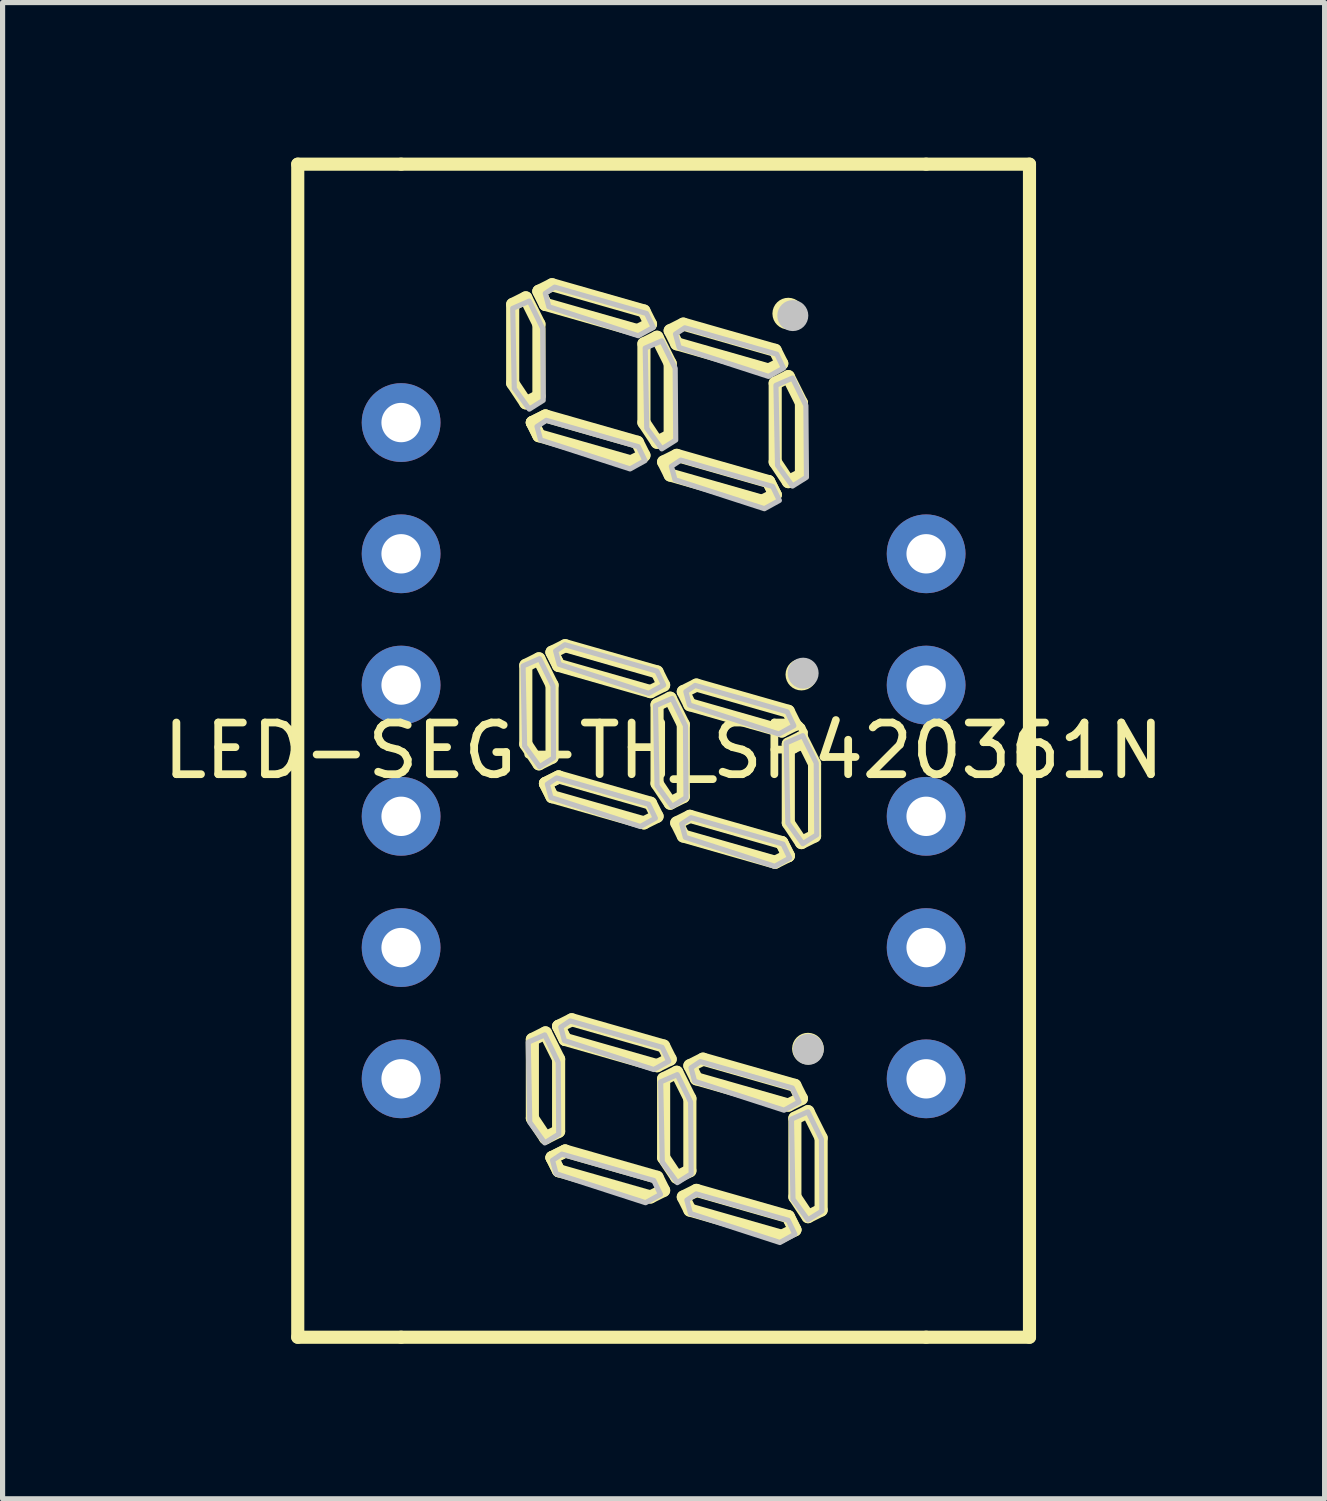
<source format=kicad_pcb>
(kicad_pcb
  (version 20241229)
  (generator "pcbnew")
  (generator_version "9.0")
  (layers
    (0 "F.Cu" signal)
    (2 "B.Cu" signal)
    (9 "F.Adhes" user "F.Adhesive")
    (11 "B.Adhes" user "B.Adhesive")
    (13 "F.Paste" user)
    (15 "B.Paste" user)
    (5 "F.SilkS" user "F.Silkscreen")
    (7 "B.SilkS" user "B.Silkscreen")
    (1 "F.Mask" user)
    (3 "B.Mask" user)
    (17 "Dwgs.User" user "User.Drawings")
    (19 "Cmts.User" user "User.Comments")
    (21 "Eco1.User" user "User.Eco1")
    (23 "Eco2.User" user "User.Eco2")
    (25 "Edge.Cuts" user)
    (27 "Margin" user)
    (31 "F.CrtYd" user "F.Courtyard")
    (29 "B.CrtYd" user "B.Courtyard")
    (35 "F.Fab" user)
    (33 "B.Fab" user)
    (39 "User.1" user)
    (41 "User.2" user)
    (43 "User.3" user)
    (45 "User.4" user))
  (footprint "LED-SEG-TH_SP420361N"
    (layer "F.Cu")
    (at 9.792 11.477)
    (property "Reference" "LED-SEG-TH_SP420361N" (at 0 0 0) (layer "F.SilkS") (effects (font (size 1 1) (thickness 0.15))))
    (fp_line (start -7.08 -11.35) (end -5.08 -11.35) (stroke (width 0.254) (type default)) (layer "F.SilkS"))
    (fp_line (start -7.08 11.35) (end -7.08 -11.35) (stroke (width 0.254) (type default)) (layer "F.SilkS"))
    (fp_line (start -5.08 -11.35) (end 5.08 -11.35) (stroke (width 0.254) (type default)) (layer "F.SilkS"))
    (fp_line (start -5.08 11.35) (end -7.08 11.35) (stroke (width 0.254) (type default)) (layer "F.SilkS"))
    (fp_line (start -2.921 -8.636) (end -2.667 -8.763) (stroke (width 0.254) (type default)) (layer "F.SilkS"))
    (fp_line (start -2.921 -7.112) (end -2.921 -8.636) (stroke (width 0.254) (type default)) (layer "F.SilkS"))
    (fp_line (start -2.667 -8.763) (end -2.413 -8.255) (stroke (width 0.254) (type default)) (layer "F.SilkS"))
    (fp_line (start -2.667 -6.731) (end -2.921 -7.112) (stroke (width 0.254) (type default)) (layer "F.SilkS"))
    (fp_line (start -2.667 -1.651) (end -2.413 -1.778) (stroke (width 0.254) (type default)) (layer "F.SilkS"))
    (fp_line (start -2.667 -0.127) (end -2.667 -1.651) (stroke (width 0.254) (type default)) (layer "F.SilkS"))
    (fp_line (start -2.54 -6.35) (end -2.413 -6.096) (stroke (width 0.254) (type default)) (layer "F.SilkS"))
    (fp_line (start -2.54 -6.35) (end -2.413 -6.096) (stroke (width 0.254) (type default)) (layer "F.SilkS"))
    (fp_line (start -2.54 5.588) (end -2.286 5.461) (stroke (width 0.254) (type default)) (layer "F.SilkS"))
    (fp_line (start -2.54 7.112) (end -2.54 5.588) (stroke (width 0.254) (type default)) (layer "F.SilkS"))
    (fp_line (start -2.413 -8.89) (end -2.286 -8.636) (stroke (width 0.254) (type default)) (layer "F.SilkS"))
    (fp_line (start -2.413 -8.255) (end -2.413 -6.858) (stroke (width 0.254) (type default)) (layer "F.SilkS"))
    (fp_line (start -2.413 -6.858) (end -2.667 -6.731) (stroke (width 0.254) (type default)) (layer "F.SilkS"))
    (fp_line (start -2.413 -6.096) (end -0.635 -5.588) (stroke (width 0.254) (type default)) (layer "F.SilkS"))
    (fp_line (start -2.413 -1.778) (end -2.159 -1.27) (stroke (width 0.254) (type default)) (layer "F.SilkS"))
    (fp_line (start -2.413 0.254) (end -2.667 -0.127) (stroke (width 0.254) (type default)) (layer "F.SilkS"))
    (fp_line (start -2.286 -8.636) (end -2.413 -8.89) (stroke (width 0.254) (type default)) (layer "F.SilkS"))
    (fp_line (start -2.286 -8.636) (end -0.508 -8.128) (stroke (width 0.254) (type default)) (layer "F.SilkS"))
    (fp_line (start -2.286 -6.477) (end -2.54 -6.35) (stroke (width 0.254) (type default)) (layer "F.SilkS"))
    (fp_line (start -2.286 -6.477) (end -2.54 -6.35) (stroke (width 0.254) (type default)) (layer "F.SilkS"))
    (fp_line (start -2.286 0.635) (end -2.159 0.889) (stroke (width 0.254) (type default)) (layer "F.SilkS"))
    (fp_line (start -2.286 0.635) (end -2.032 0.508) (stroke (width 0.254) (type default)) (layer "F.SilkS"))
    (fp_line (start -2.286 5.461) (end -2.032 5.969) (stroke (width 0.254) (type default)) (layer "F.SilkS"))
    (fp_line (start -2.286 7.493) (end -2.54 7.112) (stroke (width 0.254) (type default)) (layer "F.SilkS"))
    (fp_line (start -2.159 -9.017) (end -2.413 -8.89) (stroke (width 0.254) (type default)) (layer "F.SilkS"))
    (fp_line (start -2.159 -1.905) (end -2.032 -1.651) (stroke (width 0.254) (type default)) (layer "F.SilkS"))
    (fp_line (start -2.159 -1.905) (end -1.905 -2.032) (stroke (width 0.254) (type default)) (layer "F.SilkS"))
    (fp_line (start -2.159 -1.27) (end -2.159 0.127) (stroke (width 0.254) (type default)) (layer "F.SilkS"))
    (fp_line (start -2.159 0.127) (end -2.413 0.254) (stroke (width 0.254) (type default)) (layer "F.SilkS"))
    (fp_line (start -2.159 0.889) (end -2.286 0.635) (stroke (width 0.254) (type default)) (layer "F.SilkS"))
    (fp_line (start -2.159 0.889) (end -0.381 1.397) (stroke (width 0.254) (type default)) (layer "F.SilkS"))
    (fp_line (start -2.159 7.874) (end -2.032 8.128) (stroke (width 0.254) (type default)) (layer "F.SilkS"))
    (fp_line (start -2.159 7.874) (end -2.032 8.128) (stroke (width 0.254) (type default)) (layer "F.SilkS"))
    (fp_line (start -2.032 -1.651) (end -2.159 -1.905) (stroke (width 0.254) (type default)) (layer "F.SilkS"))
    (fp_line (start -2.032 0.508) (end -2.286 0.635) (stroke (width 0.254) (type default)) (layer "F.SilkS"))
    (fp_line (start -2.032 5.334) (end -1.905 5.588) (stroke (width 0.254) (type default)) (layer "F.SilkS"))
    (fp_line (start -2.032 5.969) (end -2.032 7.366) (stroke (width 0.254) (type default)) (layer "F.SilkS"))
    (fp_line (start -2.032 7.366) (end -2.286 7.493) (stroke (width 0.254) (type default)) (layer "F.SilkS"))
    (fp_line (start -2.032 8.128) (end -0.254 8.636) (stroke (width 0.254) (type default)) (layer "F.SilkS"))
    (fp_line (start -1.905 -2.032) (end -0.127 -1.524) (stroke (width 0.254) (type default)) (layer "F.SilkS"))
    (fp_line (start -1.905 5.588) (end -2.032 5.334) (stroke (width 0.254) (type default)) (layer "F.SilkS"))
    (fp_line (start -1.905 5.588) (end -0.127 6.096) (stroke (width 0.254) (type default)) (layer "F.SilkS"))
    (fp_line (start -1.905 7.747) (end -2.159 7.874) (stroke (width 0.254) (type default)) (layer "F.SilkS"))
    (fp_line (start -1.905 7.747) (end -2.159 7.874) (stroke (width 0.254) (type default)) (layer "F.SilkS"))
    (fp_line (start -1.778 5.207) (end -2.032 5.334) (stroke (width 0.254) (type default)) (layer "F.SilkS"))
    (fp_line (start -0.635 -5.588) (end -0.381 -5.715) (stroke (width 0.254) (type default)) (layer "F.SilkS"))
    (fp_line (start -0.508 -8.128) (end -0.254 -8.255) (stroke (width 0.254) (type default)) (layer "F.SilkS"))
    (fp_line (start -0.508 -5.969) (end -2.286 -6.477) (stroke (width 0.254) (type default)) (layer "F.SilkS"))
    (fp_line (start -0.381 -8.509) (end -2.159 -9.017) (stroke (width 0.254) (type default)) (layer "F.SilkS"))
    (fp_line (start -0.381 -7.874) (end -0.127 -8.001) (stroke (width 0.254) (type default)) (layer "F.SilkS"))
    (fp_line (start -0.381 -6.35) (end -0.381 -7.874) (stroke (width 0.254) (type default)) (layer "F.SilkS"))
    (fp_line (start -0.381 -5.715) (end -0.508 -5.969) (stroke (width 0.254) (type default)) (layer "F.SilkS"))
    (fp_line (start -0.381 1.397) (end -0.127 1.27) (stroke (width 0.254) (type default)) (layer "F.SilkS"))
    (fp_line (start -0.254 -8.255) (end -0.381 -8.509) (stroke (width 0.254) (type default)) (layer "F.SilkS"))
    (fp_line (start -0.254 -1.143) (end -2.032 -1.651) (stroke (width 0.254) (type default)) (layer "F.SilkS"))
    (fp_line (start -0.254 1.016) (end -2.032 0.508) (stroke (width 0.254) (type default)) (layer "F.SilkS"))
    (fp_line (start -0.254 8.636) (end 0 8.509) (stroke (width 0.254) (type default)) (layer "F.SilkS"))
    (fp_line (start -0.127 -8.001) (end 0.127 -7.493) (stroke (width 0.254) (type default)) (layer "F.SilkS"))
    (fp_line (start -0.127 -5.969) (end -0.381 -6.35) (stroke (width 0.254) (type default)) (layer "F.SilkS"))
    (fp_line (start -0.127 -1.524) (end 0 -1.27) (stroke (width 0.254) (type default)) (layer "F.SilkS"))
    (fp_line (start -0.127 -0.889) (end 0.127 -1.016) (stroke (width 0.254) (type default)) (layer "F.SilkS"))
    (fp_line (start -0.127 0.635) (end -0.127 -0.889) (stroke (width 0.254) (type default)) (layer "F.SilkS"))
    (fp_line (start -0.127 1.27) (end -0.254 1.016) (stroke (width 0.254) (type default)) (layer "F.SilkS"))
    (fp_line (start -0.127 6.096) (end 0.127 5.969) (stroke (width 0.254) (type default)) (layer "F.SilkS"))
    (fp_line (start -0.127 8.255) (end -1.905 7.747) (stroke (width 0.254) (type default)) (layer "F.SilkS"))
    (fp_line (start 0 -5.588) (end 0.127 -5.334) (stroke (width 0.254) (type default)) (layer "F.SilkS"))
    (fp_line (start 0 -1.27) (end -0.254 -1.143) (stroke (width 0.254) (type default)) (layer "F.SilkS"))
    (fp_line (start 0 5.715) (end -1.778 5.207) (stroke (width 0.254) (type default)) (layer "F.SilkS"))
    (fp_line (start 0 6.35) (end 0.254 6.223) (stroke (width 0.254) (type default)) (layer "F.SilkS"))
    (fp_line (start 0 7.874) (end 0 6.35) (stroke (width 0.254) (type default)) (layer "F.SilkS"))
    (fp_line (start 0 8.509) (end -0.127 8.255) (stroke (width 0.254) (type default)) (layer "F.SilkS"))
    (fp_line (start 0.127 -8.128) (end 0.254 -7.874) (stroke (width 0.254) (type default)) (layer "F.SilkS"))
    (fp_line (start 0.127 -7.493) (end 0.127 -6.096) (stroke (width 0.254) (type default)) (layer "F.SilkS"))
    (fp_line (start 0.127 -6.096) (end -0.127 -5.969) (stroke (width 0.254) (type default)) (layer "F.SilkS"))
    (fp_line (start 0.127 -5.334) (end 1.905 -4.826) (stroke (width 0.254) (type default)) (layer "F.SilkS"))
    (fp_line (start 0.127 -1.016) (end 0.381 -0.508) (stroke (width 0.254) (type default)) (layer "F.SilkS"))
    (fp_line (start 0.127 1.016) (end -0.127 0.635) (stroke (width 0.254) (type default)) (layer "F.SilkS"))
    (fp_line (start 0.127 5.969) (end 0 5.715) (stroke (width 0.254) (type default)) (layer "F.SilkS"))
    (fp_line (start 0.254 -7.874) (end 2.032 -7.366) (stroke (width 0.254) (type default)) (layer "F.SilkS"))
    (fp_line (start 0.254 -5.715) (end 0 -5.588) (stroke (width 0.254) (type default)) (layer "F.SilkS"))
    (fp_line (start 0.254 1.397) (end 0.381 1.651) (stroke (width 0.254) (type default)) (layer "F.SilkS"))
    (fp_line (start 0.254 6.223) (end 0.508 6.731) (stroke (width 0.254) (type default)) (layer "F.SilkS"))
    (fp_line (start 0.254 8.255) (end 0 7.874) (stroke (width 0.254) (type default)) (layer "F.SilkS"))
    (fp_line (start 0.381 -8.255) (end 0.127 -8.128) (stroke (width 0.254) (type default)) (layer "F.SilkS"))
    (fp_line (start 0.381 -1.143) (end 0.508 -0.889) (stroke (width 0.254) (type default)) (layer "F.SilkS"))
    (fp_line (start 0.381 -0.508) (end 0.381 0.889) (stroke (width 0.254) (type default)) (layer "F.SilkS"))
    (fp_line (start 0.381 0.889) (end 0.127 1.016) (stroke (width 0.254) (type default)) (layer "F.SilkS"))
    (fp_line (start 0.381 1.651) (end 2.159 2.159) (stroke (width 0.254) (type default)) (layer "F.SilkS"))
    (fp_line (start 0.381 8.636) (end 0.508 8.89) (stroke (width 0.254) (type default)) (layer "F.SilkS"))
    (fp_line (start 0.508 -0.889) (end 2.286 -0.381) (stroke (width 0.254) (type default)) (layer "F.SilkS"))
    (fp_line (start 0.508 1.27) (end 0.254 1.397) (stroke (width 0.254) (type default)) (layer "F.SilkS"))
    (fp_line (start 0.508 6.096) (end 0.635 6.35) (stroke (width 0.254) (type default)) (layer "F.SilkS"))
    (fp_line (start 0.508 6.731) (end 0.508 8.128) (stroke (width 0.254) (type default)) (layer "F.SilkS"))
    (fp_line (start 0.508 8.128) (end 0.254 8.255) (stroke (width 0.254) (type default)) (layer "F.SilkS"))
    (fp_line (start 0.508 8.89) (end 2.286 9.398) (stroke (width 0.254) (type default)) (layer "F.SilkS"))
    (fp_line (start 0.635 -1.27) (end 0.381 -1.143) (stroke (width 0.254) (type default)) (layer "F.SilkS"))
    (fp_line (start 0.635 6.35) (end 2.413 6.858) (stroke (width 0.254) (type default)) (layer "F.SilkS"))
    (fp_line (start 0.635 8.509) (end 0.381 8.636) (stroke (width 0.254) (type default)) (layer "F.SilkS"))
    (fp_line (start 0.762 5.969) (end 0.508 6.096) (stroke (width 0.254) (type default)) (layer "F.SilkS"))
    (fp_line (start 1.905 -4.826) (end 2.159 -4.953) (stroke (width 0.254) (type default)) (layer "F.SilkS"))
    (fp_line (start 2.032 -7.366) (end 2.286 -7.493) (stroke (width 0.254) (type default)) (layer "F.SilkS"))
    (fp_line (start 2.032 -5.207) (end 0.254 -5.715) (stroke (width 0.254) (type default)) (layer "F.SilkS"))
    (fp_line (start 2.159 -7.747) (end 0.381 -8.255) (stroke (width 0.254) (type default)) (layer "F.SilkS"))
    (fp_line (start 2.159 -7.112) (end 2.413 -7.239) (stroke (width 0.254) (type default)) (layer "F.SilkS"))
    (fp_line (start 2.159 -5.588) (end 2.159 -7.112) (stroke (width 0.254) (type default)) (layer "F.SilkS"))
    (fp_line (start 2.159 -4.953) (end 2.032 -5.207) (stroke (width 0.254) (type default)) (layer "F.SilkS"))
    (fp_line (start 2.159 -4.953) (end 2.032 -5.207) (stroke (width 0.254) (type default)) (layer "F.SilkS"))
    (fp_line (start 2.159 2.159) (end 2.413 2.032) (stroke (width 0.254) (type default)) (layer "F.SilkS"))
    (fp_line (start 2.286 -7.493) (end 2.159 -7.747) (stroke (width 0.254) (type default)) (layer "F.SilkS"))
    (fp_line (start 2.286 -0.381) (end 2.54 -0.508) (stroke (width 0.254) (type default)) (layer "F.SilkS"))
    (fp_line (start 2.286 1.778) (end 0.508 1.27) (stroke (width 0.254) (type default)) (layer "F.SilkS"))
    (fp_line (start 2.286 9.398) (end 2.54 9.271) (stroke (width 0.254) (type default)) (layer "F.SilkS"))
    (fp_line (start 2.413 -7.239) (end 2.667 -6.731) (stroke (width 0.254) (type default)) (layer "F.SilkS"))
    (fp_line (start 2.413 -5.207) (end 2.159 -5.588) (stroke (width 0.254) (type default)) (layer "F.SilkS"))
    (fp_line (start 2.413 -0.762) (end 0.635 -1.27) (stroke (width 0.254) (type default)) (layer "F.SilkS"))
    (fp_line (start 2.413 -0.127) (end 2.667 -0.254) (stroke (width 0.254) (type default)) (layer "F.SilkS"))
    (fp_line (start 2.413 1.397) (end 2.413 -0.127) (stroke (width 0.254) (type default)) (layer "F.SilkS"))
    (fp_line (start 2.413 2.032) (end 2.286 1.778) (stroke (width 0.254) (type default)) (layer "F.SilkS"))
    (fp_line (start 2.413 2.032) (end 2.286 1.778) (stroke (width 0.254) (type default)) (layer "F.SilkS"))
    (fp_line (start 2.413 6.858) (end 2.667 6.731) (stroke (width 0.254) (type default)) (layer "F.SilkS"))
    (fp_line (start 2.413 9.017) (end 0.635 8.509) (stroke (width 0.254) (type default)) (layer "F.SilkS"))
    (fp_line (start 2.54 -0.508) (end 2.413 -0.762) (stroke (width 0.254) (type default)) (layer "F.SilkS"))
    (fp_line (start 2.54 6.477) (end 0.762 5.969) (stroke (width 0.254) (type default)) (layer "F.SilkS"))
    (fp_line (start 2.54 7.112) (end 2.794 6.985) (stroke (width 0.254) (type default)) (layer "F.SilkS"))
    (fp_line (start 2.54 8.636) (end 2.54 7.112) (stroke (width 0.254) (type default)) (layer "F.SilkS"))
    (fp_line (start 2.54 9.271) (end 2.413 9.017) (stroke (width 0.254) (type default)) (layer "F.SilkS"))
    (fp_line (start 2.54 9.271) (end 2.413 9.017) (stroke (width 0.254) (type default)) (layer "F.SilkS"))
    (fp_line (start 2.667 -6.731) (end 2.667 -5.334) (stroke (width 0.254) (type default)) (layer "F.SilkS"))
    (fp_line (start 2.667 -5.334) (end 2.413 -5.207) (stroke (width 0.254) (type default)) (layer "F.SilkS"))
    (fp_line (start 2.667 -0.254) (end 2.921 0.254) (stroke (width 0.254) (type default)) (layer "F.SilkS"))
    (fp_line (start 2.667 1.778) (end 2.413 1.397) (stroke (width 0.254) (type default)) (layer "F.SilkS"))
    (fp_line (start 2.667 6.731) (end 2.54 6.477) (stroke (width 0.254) (type default)) (layer "F.SilkS"))
    (fp_line (start 2.794 6.985) (end 3.048 7.493) (stroke (width 0.254) (type default)) (layer "F.SilkS"))
    (fp_line (start 2.794 9.017) (end 2.54 8.636) (stroke (width 0.254) (type default)) (layer "F.SilkS"))
    (fp_line (start 2.921 0.254) (end 2.921 1.651) (stroke (width 0.254) (type default)) (layer "F.SilkS"))
    (fp_line (start 2.921 1.651) (end 2.667 1.778) (stroke (width 0.254) (type default)) (layer "F.SilkS"))
    (fp_line (start 3.048 7.493) (end 3.048 8.89) (stroke (width 0.254) (type default)) (layer "F.SilkS"))
    (fp_line (start 3.048 8.89) (end 2.794 9.017) (stroke (width 0.254) (type default)) (layer "F.SilkS"))
    (fp_line (start 5.08 -11.35) (end 7.08 -11.35) (stroke (width 0.254) (type default)) (layer "F.SilkS"))
    (fp_line (start 5.08 11.35) (end -5.08 11.35) (stroke (width 0.254) (type default)) (layer "F.SilkS"))
    (fp_line (start 7.08 -11.35) (end 7.08 11.35) (stroke (width 0.254) (type default)) (layer "F.SilkS"))
    (fp_line (start 7.08 11.35) (end 5.08 11.35) (stroke (width 0.254) (type default)) (layer "F.SilkS"))
    (fp_arc (start 2.2325 -8.4605) (mid 2.591517 -8.458) (end 2.2325 -8.4555) (stroke (width 0.254) (type default)) (layer "F.SilkS"))
    (fp_arc (start 2.4865 -1.4755) (mid 2.845517 -1.473) (end 2.4865 -1.4705) (stroke (width 0.254) (type default)) (layer "F.SilkS"))
    (fp_arc (start 2.6135 5.7635) (mid 2.972517 5.766) (end 2.6135 5.7685) (stroke (width 0.254) (type default)) (layer "F.SilkS"))
    (fp_circle (center 2.5 -8.42) (end 2.65 -8.42) (stroke (width 0.3) (type default)) (fill no) (layer "Dwgs.User"))
    (fp_circle (center 2.7 -1.5) (end 2.85 -1.5) (stroke (width 0.3) (type default)) (fill no) (layer "Dwgs.User"))
    (fp_circle (center 2.8 5.78) (end 2.95 5.78) (stroke (width 0.3) (type default)) (fill no) (layer "Dwgs.User"))
    (fp_poly (pts (xy -2.6 -8.7) (xy -2.34 -8.17) (xy -2.33 -6.78) (xy -2.6 -6.61) (xy -2.89 -7.01) (xy -2.92 -8.56)) (stroke (width 0.1) (type default)) (fill no) (layer "Dwgs.User"))
    (fp_poly (pts (xy -2.45 -6.273) (xy -2.27 -6.393) (xy -0.49 -5.883) (xy -0.36 -5.613) (xy -0.65 -5.453) (xy -2.38 -6.013)) (stroke (width 0.1) (type default)) (fill no) (layer "Dwgs.User"))
    (fp_poly (pts (xy -2.4 -1.78) (xy -2.14 -1.25) (xy -2.13 0.14) (xy -2.4 0.31) (xy -2.69 -0.09) (xy -2.72 -1.64)) (stroke (width 0.1) (type default)) (fill no) (layer "Dwgs.User"))
    (fp_poly (pts (xy -2.3 5.5) (xy -2.04 6.03) (xy -2.03 7.42) (xy -2.3 7.59) (xy -2.59 7.19) (xy -2.62 5.64)) (stroke (width 0.1) (type default)) (fill no) (layer "Dwgs.User"))
    (fp_poly (pts (xy -2.29 -8.85) (xy -2.11 -8.97) (xy -0.33 -8.46) (xy -0.2 -8.19) (xy -0.49 -8.03) (xy -2.22 -8.59)) (stroke (width 0.1) (type default)) (fill no) (layer "Dwgs.User"))
    (fp_poly (pts (xy -2.25 0.647) (xy -2.07 0.527) (xy -0.29 1.037) (xy -0.16 1.307) (xy -0.45 1.467) (xy -2.18 0.907)) (stroke (width 0.1) (type default)) (fill no) (layer "Dwgs.User"))
    (fp_poly (pts (xy -2.15 7.927) (xy -1.97 7.807) (xy -0.19 8.317) (xy -0.06 8.587) (xy -0.35 8.747) (xy -2.08 8.187)) (stroke (width 0.1) (type default)) (fill no) (layer "Dwgs.User"))
    (fp_poly (pts (xy -2.09 -1.93) (xy -1.91 -2.05) (xy -0.13 -1.54) (xy 0 -1.27) (xy -0.29 -1.11) (xy -2.02 -1.67)) (stroke (width 0.1) (type default)) (fill no) (layer "Dwgs.User"))
    (fp_poly (pts (xy -1.99 5.35) (xy -1.81 5.23) (xy -0.03 5.74) (xy 0.1 6.01) (xy -0.19 6.17) (xy -1.92 5.61)) (stroke (width 0.1) (type default)) (fill no) (layer "Dwgs.User"))
    (fp_poly (pts (xy -0.036 -7.931) (xy 0.224 -7.401) (xy 0.234 -6.011) (xy -0.036 -5.841) (xy -0.327 -6.241) (xy -0.356 -7.791)) (stroke (width 0.1) (type default)) (fill no) (layer "Dwgs.User"))
    (fp_poly (pts (xy 0.15 -5.503) (xy 0.33 -5.623) (xy 2.11 -5.113) (xy 2.24 -4.843) (xy 1.95 -4.683) (xy 0.22 -5.243)) (stroke (width 0.1) (type default)) (fill no) (layer "Dwgs.User"))
    (fp_poly (pts (xy 0.164 -1.011) (xy 0.423 -0.481) (xy 0.433 0.909) (xy 0.164 1.079) (xy -0.127 0.679) (xy -0.157 -0.871)) (stroke (width 0.1) (type default)) (fill no) (layer "Dwgs.User"))
    (fp_poly (pts (xy 0.23 -8.063) (xy 0.41 -8.183) (xy 2.19 -7.673) (xy 2.32 -7.403) (xy 2.03 -7.243) (xy 0.3 -7.803)) (stroke (width 0.1) (type default)) (fill no) (layer "Dwgs.User"))
    (fp_poly (pts (xy 0.264 6.269) (xy 0.523 6.799) (xy 0.533 8.189) (xy 0.264 8.359) (xy -0.026 7.959) (xy -0.057 6.409)) (stroke (width 0.1) (type default)) (fill no) (layer "Dwgs.User"))
    (fp_poly (pts (xy 0.35 1.417) (xy 0.53 1.297) (xy 2.31 1.807) (xy 2.44 2.077) (xy 2.15 2.237) (xy 0.42 1.677)) (stroke (width 0.1) (type default)) (fill no) (layer "Dwgs.User"))
    (fp_poly (pts (xy 0.43 -1.143) (xy 0.61 -1.263) (xy 2.39 -0.753) (xy 2.52 -0.483) (xy 2.23 -0.323) (xy 0.5 -0.883)) (stroke (width 0.1) (type default)) (fill no) (layer "Dwgs.User"))
    (fp_poly (pts (xy 0.45 8.697) (xy 0.63 8.577) (xy 2.41 9.087) (xy 2.54 9.357) (xy 2.25 9.517) (xy 0.52 8.957)) (stroke (width 0.1) (type default)) (fill no) (layer "Dwgs.User"))
    (fp_poly (pts (xy 0.53 6.137) (xy 0.71 6.017) (xy 2.49 6.527) (xy 2.62 6.797) (xy 2.33 6.957) (xy 0.6 6.397)) (stroke (width 0.1) (type default)) (fill no) (layer "Dwgs.User"))
    (fp_poly (pts (xy 2.494 -7.211) (xy 2.753 -6.681) (xy 2.764 -5.291) (xy 2.494 -5.121) (xy 2.204 -5.521) (xy 2.174 -7.071)) (stroke (width 0.1) (type default)) (fill no) (layer "Dwgs.User"))
    (fp_poly (pts (xy 2.693 -0.291) (xy 2.954 0.239) (xy 2.963 1.629) (xy 2.693 1.799) (xy 2.404 1.399) (xy 2.373 -0.151)) (stroke (width 0.1) (type default)) (fill no) (layer "Dwgs.User"))
    (fp_poly (pts (xy 2.793 6.989) (xy 3.054 7.519) (xy 3.063 8.909) (xy 2.793 9.079) (xy 2.503 8.679) (xy 2.474 7.129)) (stroke (width 0.1) (type default)) (fill no) (layer "Dwgs.User"))
    (fp_poly (pts (xy -4.855 -6.35) (xy -4.872 -6.436) (xy -4.921 -6.509) (xy -4.994 -6.558) (xy -5.08 -6.575) (xy -5.166 -6.558) (xy -5.239 -6.509) (xy -5.288 -6.436) (xy -5.305 -6.35) (xy -5.288 -6.264) (xy -5.239 -6.191) (xy -5.166 -6.142) (xy -5.08 -6.125) (xy -4.994 -6.142) (xy -4.921 -6.191) (xy -4.872 -6.264)) (stroke (width 0.1) (type default)) (fill no) (layer "User.1"))
    (fp_poly (pts (xy -4.855 -3.81) (xy -4.872 -3.896) (xy -4.921 -3.969) (xy -4.994 -4.018) (xy -5.08 -4.035) (xy -5.166 -4.018) (xy -5.239 -3.969) (xy -5.288 -3.896) (xy -5.305 -3.81) (xy -5.288 -3.724) (xy -5.239 -3.651) (xy -5.166 -3.602) (xy -5.08 -3.585) (xy -4.994 -3.602) (xy -4.921 -3.651) (xy -4.872 -3.724)) (stroke (width 0.1) (type default)) (fill no) (layer "User.1"))
    (fp_poly (pts (xy -4.855 -1.27) (xy -4.872 -1.356) (xy -4.921 -1.429) (xy -4.994 -1.478) (xy -5.08 -1.495) (xy -5.166 -1.478) (xy -5.239 -1.429) (xy -5.288 -1.356) (xy -5.305 -1.27) (xy -5.288 -1.184) (xy -5.239 -1.111) (xy -5.166 -1.062) (xy -5.08 -1.045) (xy -4.994 -1.062) (xy -4.921 -1.111) (xy -4.872 -1.184)) (stroke (width 0.1) (type default)) (fill no) (layer "User.1"))
    (fp_poly (pts (xy -4.855 1.27) (xy -4.872 1.184) (xy -4.921 1.111) (xy -4.994 1.062) (xy -5.08 1.045) (xy -5.166 1.062) (xy -5.239 1.111) (xy -5.288 1.184) (xy -5.305 1.27) (xy -5.288 1.356) (xy -5.239 1.429) (xy -5.166 1.478) (xy -5.08 1.495) (xy -4.994 1.478) (xy -4.921 1.429) (xy -4.872 1.356)) (stroke (width 0.1) (type default)) (fill no) (layer "User.1"))
    (fp_poly (pts (xy -4.855 3.81) (xy -4.872 3.724) (xy -4.921 3.651) (xy -4.994 3.602) (xy -5.08 3.585) (xy -5.166 3.602) (xy -5.239 3.651) (xy -5.288 3.724) (xy -5.305 3.81) (xy -5.288 3.896) (xy -5.239 3.969) (xy -5.166 4.018) (xy -5.08 4.035) (xy -4.994 4.018) (xy -4.921 3.969) (xy -4.872 3.896)) (stroke (width 0.1) (type default)) (fill no) (layer "User.1"))
    (fp_poly (pts (xy -4.855 6.35) (xy -4.872 6.264) (xy -4.921 6.191) (xy -4.994 6.142) (xy -5.08 6.125) (xy -5.166 6.142) (xy -5.239 6.191) (xy -5.288 6.264) (xy -5.305 6.35) (xy -5.288 6.436) (xy -5.239 6.509) (xy -5.166 6.558) (xy -5.08 6.575) (xy -4.994 6.558) (xy -4.921 6.509) (xy -4.872 6.436)) (stroke (width 0.1) (type default)) (fill no) (layer "User.1"))
    (fp_poly (pts (xy 5.305 -3.81) (xy 5.288 -3.896) (xy 5.239 -3.969) (xy 5.166 -4.018) (xy 5.08 -4.035) (xy 4.994 -4.018) (xy 4.921 -3.969) (xy 4.872 -3.896) (xy 4.855 -3.81) (xy 4.872 -3.724) (xy 4.921 -3.651) (xy 4.994 -3.602) (xy 5.08 -3.585) (xy 5.166 -3.602) (xy 5.239 -3.651) (xy 5.288 -3.724)) (stroke (width 0.1) (type default)) (fill no) (layer "User.1"))
    (fp_poly (pts (xy 5.305 -1.27) (xy 5.288 -1.356) (xy 5.239 -1.429) (xy 5.166 -1.478) (xy 5.08 -1.495) (xy 4.994 -1.478) (xy 4.921 -1.429) (xy 4.872 -1.356) (xy 4.855 -1.27) (xy 4.872 -1.184) (xy 4.921 -1.111) (xy 4.994 -1.062) (xy 5.08 -1.045) (xy 5.166 -1.062) (xy 5.239 -1.111) (xy 5.288 -1.184)) (stroke (width 0.1) (type default)) (fill no) (layer "User.1"))
    (fp_poly (pts (xy 5.305 1.27) (xy 5.288 1.184) (xy 5.239 1.111) (xy 5.166 1.062) (xy 5.08 1.045) (xy 4.994 1.062) (xy 4.921 1.111) (xy 4.872 1.184) (xy 4.855 1.27) (xy 4.872 1.356) (xy 4.921 1.429) (xy 4.994 1.478) (xy 5.08 1.495) (xy 5.166 1.478) (xy 5.239 1.429) (xy 5.288 1.356)) (stroke (width 0.1) (type default)) (fill no) (layer "User.1"))
    (fp_poly (pts (xy 5.305 3.81) (xy 5.288 3.724) (xy 5.239 3.651) (xy 5.166 3.602) (xy 5.08 3.585) (xy 4.994 3.602) (xy 4.921 3.651) (xy 4.872 3.724) (xy 4.855 3.81) (xy 4.872 3.896) (xy 4.921 3.969) (xy 4.994 4.018) (xy 5.08 4.035) (xy 5.166 4.018) (xy 5.239 3.969) (xy 5.288 3.896)) (stroke (width 0.1) (type default)) (fill no) (layer "User.1"))
    (fp_poly (pts (xy 5.305 6.35) (xy 5.288 6.264) (xy 5.239 6.191) (xy 5.166 6.142) (xy 5.08 6.125) (xy 4.994 6.142) (xy 4.921 6.191) (xy 4.872 6.264) (xy 4.855 6.35) (xy 4.872 6.436) (xy 4.921 6.509) (xy 4.994 6.558) (xy 5.08 6.575) (xy 5.166 6.558) (xy 5.239 6.509) (xy 5.288 6.436)) (stroke (width 0.1) (type default)) (fill no) (layer "User.1"))
    (fp_line (start -7 -11.25) (end 7 -11.25) (stroke (width 0.051) (type default)) (layer "User.2"))
    (fp_line (start -7 11.25) (end -7 -11.25) (stroke (width 0.051) (type default)) (layer "User.2"))
    (fp_line (start 7 -11.25) (end 7 11.25) (stroke (width 0.051) (type default)) (layer "User.2"))
    (fp_line (start 7 11.25) (end -7 11.25) (stroke (width 0.051) (type default)) (layer "User.2"))
    (fp_poly (pts (xy 7.06 11.25) (xy 7.042 11.208) (xy 7 11.19) (xy 6.958 11.208) (xy 6.94 11.25) (xy 6.958 11.292) (xy 7 11.31) (xy 7.042 11.292)) (stroke (width 0.1) (type default)) (fill no) (layer "User.3"))
    (pad "1" thru_hole circle (at 5.08 6.35 90) (size 1.524 1.524) (drill 0.762) (layers "*.Cu" "*.Mask"))
    (pad "2" thru_hole circle (at 5.08 3.81 90) (size 1.524 1.524) (drill 0.762) (layers "*.Cu" "*.Mask"))
    (pad "3" thru_hole circle (at 5.08 1.27 90) (size 1.524 1.524) (drill 0.762) (layers "*.Cu" "*.Mask"))
    (pad "4" thru_hole circle (at 5.08 -1.27 90) (size 1.524 1.524) (drill 0.762) (layers "*.Cu" "*.Mask"))
    (pad "5" thru_hole circle (at 5.08 -3.81 90) (size 1.524 1.524) (drill 0.762) (layers "*.Cu" "*.Mask"))
    (pad "7" thru_hole circle (at -5.08 -6.35 90) (size 1.524 1.524) (drill 0.762) (layers "*.Cu" "*.Mask"))
    (pad "8" thru_hole circle (at -5.08 -3.81 90) (size 1.524 1.524) (drill 0.762) (layers "*.Cu" "*.Mask"))
    (pad "9" thru_hole circle (at -5.08 -1.27 90) (size 1.524 1.524) (drill 0.762) (layers "*.Cu" "*.Mask"))
    (pad "10" thru_hole circle (at -5.08 1.27 90) (size 1.524 1.524) (drill 0.762) (layers "*.Cu" "*.Mask"))
    (pad "11" thru_hole circle (at -5.08 3.81 90) (size 1.524 1.524) (drill 0.762) (layers "*.Cu" "*.Mask"))
    (pad "12" thru_hole circle (at -5.08 6.35 90) (size 1.524 1.524) (drill 0.762) (layers "*.Cu" "*.Mask")))
  (gr_rect
    (start -3 -3)
    (end 22.583 25.954)
    (stroke (width 0.1) (type default))
    (fill no)
    (layer "Edge.Cuts")))
</source>
